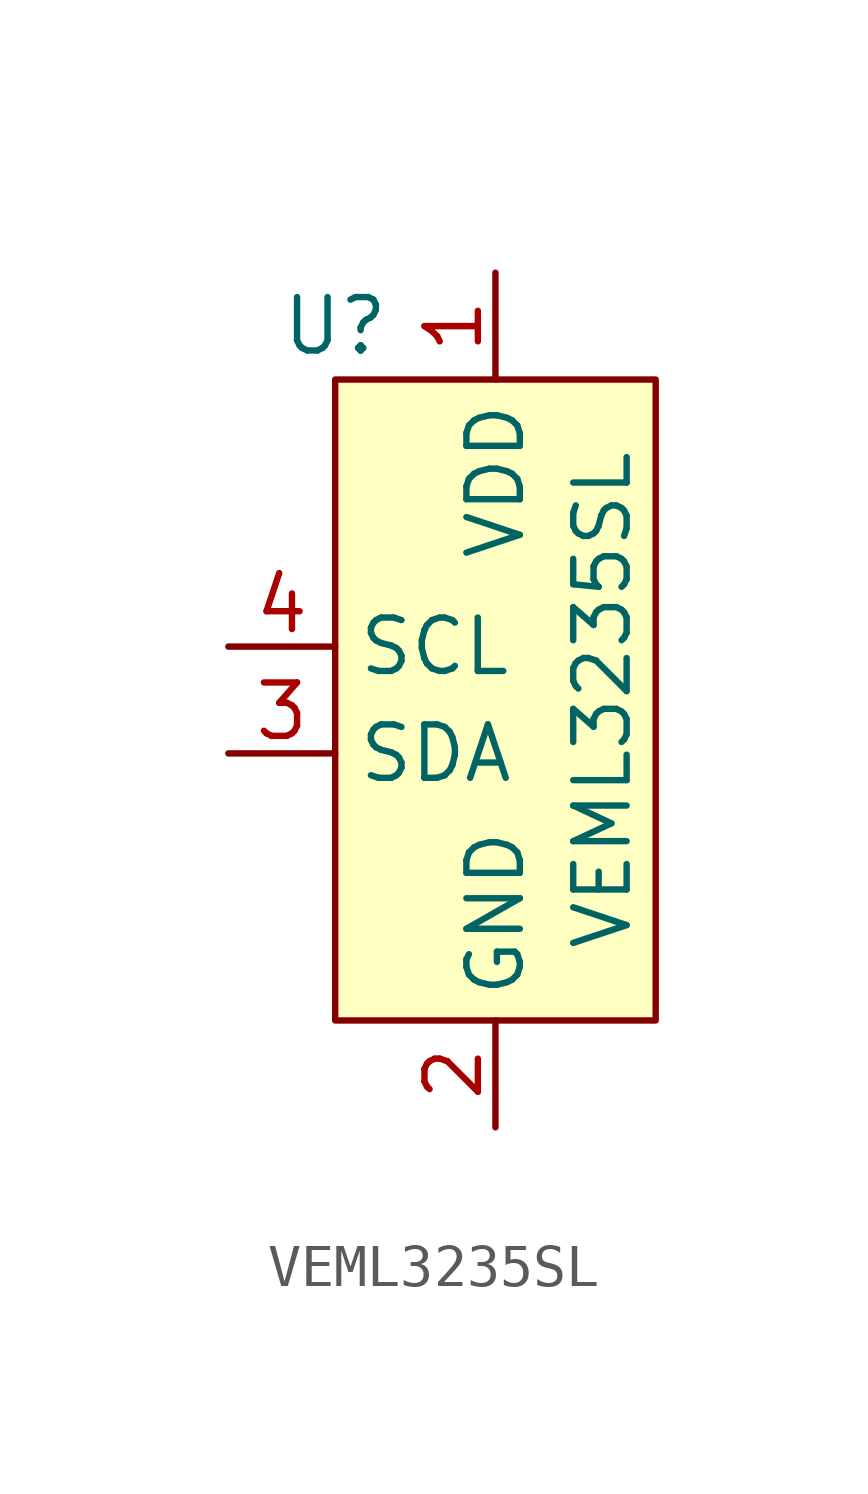
<source format=kicad_sym>
(kicad_symbol_lib
  (version 20220914)
  (generator kicad_symbol_editor)
  (symbol "VEML3235SL"
    (property "Reference" "U"
      (at -3.81 8.89 0)
      (effects (font (size 1.27 1.27))))
    (property "Value" "VEML3235SL"
      (at 2.54 0 90)
      (effects (font (size 1.27 1.27))))
    (symbol "VEML3235SL_0_0"
      (pin power_in line (at 0 10.16 270) (length 2.54) (name "VDD" (effects (font (size 1.27 1.27)))) (number "1" (effects (font (size 1.27 1.27)))))
      (pin power_in line (at 0 -10.16 90) (length 2.54) (name "GND" (effects (font (size 1.27 1.27)))) (number "2" (effects (font (size 1.27 1.27)))))
      (pin bidirectional line (at -6.35 -1.27 0) (length 2.54) (name "SDA" (effects (font (size 1.27 1.27)))) (number "3" (effects (font (size 1.27 1.27)))))
      (pin input line (at -6.35 1.27 0) (length 2.54) (name "SCL" (effects (font (size 1.27 1.27)))) (number "4" (effects (font (size 1.27 1.27))))))
    (symbol "VEML3235SL_1_1"
      (rectangle (start -3.81 7.62) (end 3.81 -7.62) (stroke (width 0) (type default)) (fill (type background))))))
</source>
